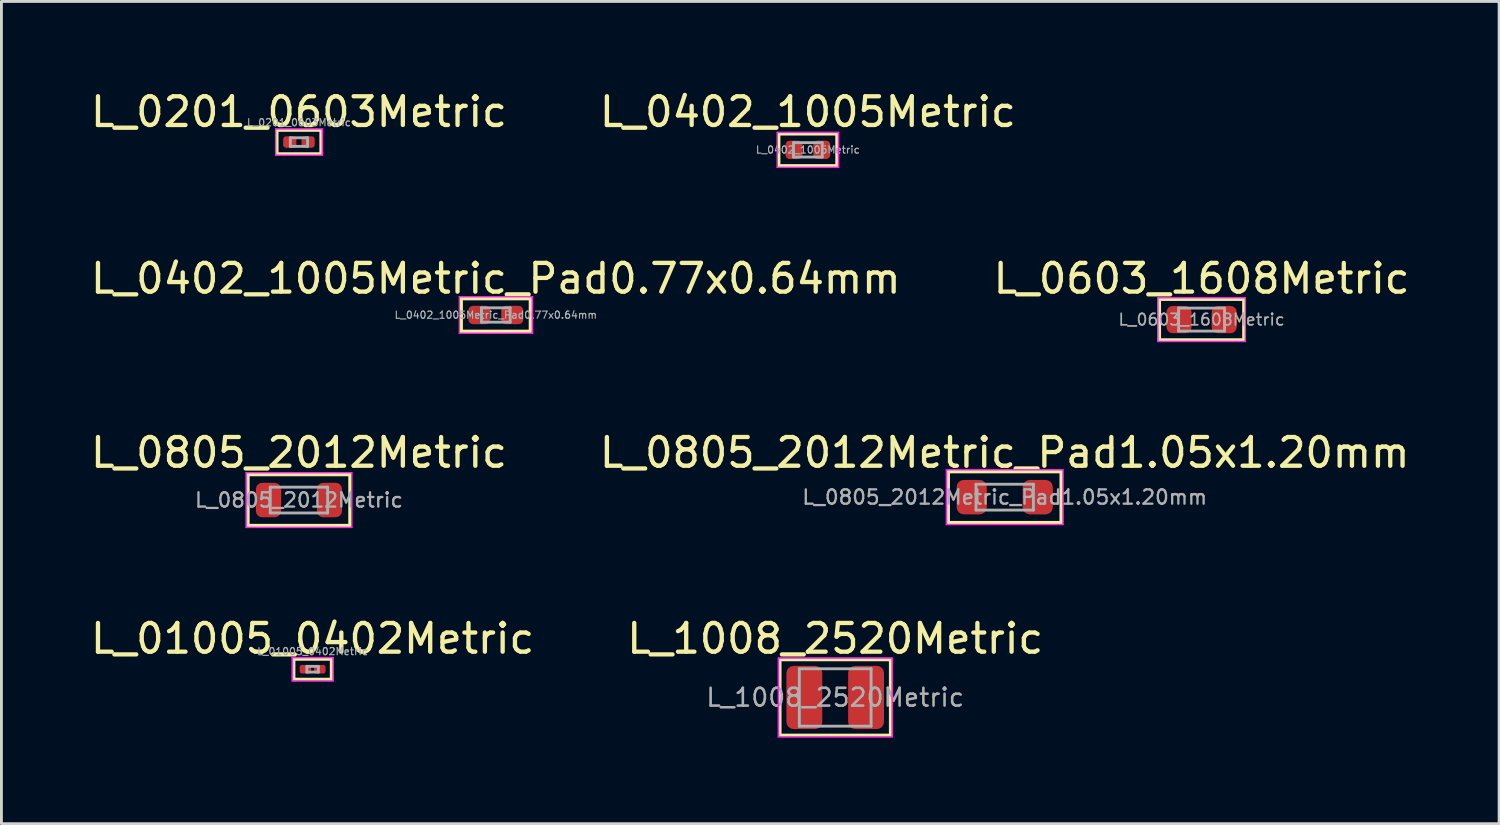
<source format=kicad_pcb>
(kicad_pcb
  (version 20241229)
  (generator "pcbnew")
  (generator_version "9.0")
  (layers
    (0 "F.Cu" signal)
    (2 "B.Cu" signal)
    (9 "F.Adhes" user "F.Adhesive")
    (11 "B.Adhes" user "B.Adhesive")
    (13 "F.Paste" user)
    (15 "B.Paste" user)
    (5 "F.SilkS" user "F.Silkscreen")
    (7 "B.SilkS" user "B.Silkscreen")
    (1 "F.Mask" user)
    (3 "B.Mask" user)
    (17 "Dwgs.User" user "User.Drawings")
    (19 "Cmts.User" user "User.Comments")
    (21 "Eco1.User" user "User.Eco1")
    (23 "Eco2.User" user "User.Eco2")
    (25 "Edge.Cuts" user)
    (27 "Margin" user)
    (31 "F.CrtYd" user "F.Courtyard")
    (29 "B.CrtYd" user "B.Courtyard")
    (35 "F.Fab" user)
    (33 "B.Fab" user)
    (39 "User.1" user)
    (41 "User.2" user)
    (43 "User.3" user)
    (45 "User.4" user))
  (footprint "L_0603_1608Metric"
    (layer "F.Cu")
    (at 38.804 8.082)
    (property "Reference" "L_0603_1608Metric" (at 0 -1.43 0) (layer "F.SilkS") (effects (font (size 1 1) (thickness 0.15))))
    (attr smd)
    (fp_line (start -1.473 -0.711) (end 1.473 -0.711) (stroke (width 0.12) (type solid)) (layer "F.SilkS"))
    (fp_line (start -1.473 0.711) (end -1.473 -0.711) (stroke (width 0.12) (type solid)) (layer "F.SilkS"))
    (fp_line (start 1.473 -0.711) (end 1.473 0.711) (stroke (width 0.12) (type solid)) (layer "F.SilkS"))
    (fp_line (start 1.473 0.711) (end -1.473 0.711) (stroke (width 0.12) (type solid)) (layer "F.SilkS"))
    (fp_line (start -1.524 -0.762) (end 1.524 -0.762) (stroke (width 0.05) (type solid)) (layer "F.CrtYd"))
    (fp_line (start -1.524 0.762) (end -1.524 -0.762) (stroke (width 0.05) (type solid)) (layer "F.CrtYd"))
    (fp_line (start 1.524 -0.762) (end 1.524 0.762) (stroke (width 0.05) (type solid)) (layer "F.CrtYd"))
    (fp_line (start 1.524 0.762) (end -1.524 0.762) (stroke (width 0.05) (type solid)) (layer "F.CrtYd"))
    (fp_line (start -0.8 -0.4) (end 0.8 -0.4) (stroke (width 0.1) (type solid)) (layer "F.Fab"))
    (fp_line (start -0.8 0.4) (end -0.8 -0.4) (stroke (width 0.1) (type solid)) (layer "F.Fab"))
    (fp_line (start 0.8 -0.4) (end 0.8 0.4) (stroke (width 0.1) (type solid)) (layer "F.Fab"))
    (fp_line (start 0.8 0.4) (end -0.8 0.4) (stroke (width 0.1) (type solid)) (layer "F.Fab"))
    (fp_text user "${REFERENCE}" (at 0 0 0) (layer "F.Fab") (effects (font (size 0.4 0.4) (thickness 0.06))))
    (pad "1" smd roundrect (at -0.787 0) (size 0.875 0.95) (layers "F.Cu" "F.Mask" "F.Paste") (roundrect_rratio 0.25))
    (pad "2" smd roundrect (at 0.787 0) (size 0.875 0.95) (layers "F.Cu" "F.Mask" "F.Paste") (roundrect_rratio 0.25)))
  (footprint "L_0402_1005Metric_Pad0.77x0.64mm"
    (layer "F.Cu")
    (at 14.22 7.922)
    (property "Reference" "L_0402_1005Metric_Pad0.77x0.64mm" (at 0 -1.27 0) (layer "F.SilkS") (effects (font (size 1 1) (thickness 0.15))))
    (attr smd)
    (fp_line (start -1.206 -0.572) (end 1.206 -0.572) (stroke (width 0.12) (type solid)) (layer "F.SilkS"))
    (fp_line (start -1.206 0.572) (end -1.206 -0.572) (stroke (width 0.12) (type solid)) (layer "F.SilkS"))
    (fp_line (start 1.206 -0.572) (end 1.206 0.572) (stroke (width 0.12) (type solid)) (layer "F.SilkS"))
    (fp_line (start 1.206 0.572) (end -1.206 0.572) (stroke (width 0.12) (type solid)) (layer "F.SilkS"))
    (fp_line (start -1.27 -0.635) (end 1.27 -0.635) (stroke (width 0.05) (type solid)) (layer "F.CrtYd"))
    (fp_line (start -1.27 0.635) (end -1.27 -0.635) (stroke (width 0.05) (type solid)) (layer "F.CrtYd"))
    (fp_line (start 1.27 -0.635) (end 1.27 0.635) (stroke (width 0.05) (type solid)) (layer "F.CrtYd"))
    (fp_line (start 1.27 0.635) (end -1.27 0.635) (stroke (width 0.05) (type solid)) (layer "F.CrtYd"))
    (fp_line (start -0.5 -0.25) (end 0.5 -0.25) (stroke (width 0.1) (type solid)) (layer "F.Fab"))
    (fp_line (start -0.5 0.25) (end -0.5 -0.25) (stroke (width 0.1) (type solid)) (layer "F.Fab"))
    (fp_line (start 0.5 -0.25) (end 0.5 0.25) (stroke (width 0.1) (type solid)) (layer "F.Fab"))
    (fp_line (start 0.5 0.25) (end -0.5 0.25) (stroke (width 0.1) (type solid)) (layer "F.Fab"))
    (fp_text user "${REFERENCE}" (at 0 0 0) (layer "F.Fab") (effects (font (size 0.25 0.25) (thickness 0.04))))
    (pad "1" smd roundrect (at -0.573 0) (size 0.765 0.64) (layers "F.Cu" "F.Mask" "F.Paste") (roundrect_rratio 0.25))
    (pad "2" smd roundrect (at 0.573 0) (size 0.765 0.64) (layers "F.Cu" "F.Mask" "F.Paste") (roundrect_rratio 0.25)))
  (footprint "L_0402_1005Metric"
    (layer "F.Cu")
    (at 25.089 2.169)
    (property "Reference" "L_0402_1005Metric" (at 0 -1.321 0) (layer "F.SilkS") (effects (font (size 1 1) (thickness 0.15))))
    (attr smd)
    (fp_line (start -1.016 -0.559) (end 1.016 -0.559) (stroke (width 0.12) (type solid)) (layer "F.SilkS"))
    (fp_line (start -1.016 0.559) (end -1.016 -0.559) (stroke (width 0.12) (type solid)) (layer "F.SilkS"))
    (fp_line (start 1.016 -0.559) (end 1.016 0.559) (stroke (width 0.12) (type solid)) (layer "F.SilkS"))
    (fp_line (start 1.016 0.559) (end -1.016 0.559) (stroke (width 0.12) (type solid)) (layer "F.SilkS"))
    (fp_line (start -1.067 -0.61) (end 1.067 -0.61) (stroke (width 0.05) (type solid)) (layer "F.CrtYd"))
    (fp_line (start -1.067 0.61) (end -1.067 -0.61) (stroke (width 0.05) (type solid)) (layer "F.CrtYd"))
    (fp_line (start 1.067 -0.61) (end 1.067 0.61) (stroke (width 0.05) (type solid)) (layer "F.CrtYd"))
    (fp_line (start 1.067 0.61) (end -1.067 0.61) (stroke (width 0.05) (type solid)) (layer "F.CrtYd"))
    (fp_line (start -0.5 -0.25) (end 0.5 -0.25) (stroke (width 0.1) (type solid)) (layer "F.Fab"))
    (fp_line (start -0.5 0.25) (end -0.5 -0.25) (stroke (width 0.1) (type solid)) (layer "F.Fab"))
    (fp_line (start 0.5 -0.25) (end 0.5 0.25) (stroke (width 0.1) (type solid)) (layer "F.Fab"))
    (fp_line (start 0.5 0.25) (end -0.5 0.25) (stroke (width 0.1) (type solid)) (layer "F.Fab"))
    (fp_text user "${REFERENCE}" (at 0 0 0) (layer "F.Fab") (effects (font (size 0.25 0.25) (thickness 0.04))))
    (pad "1" smd roundrect (at -0.485 0) (size 0.59 0.64) (layers "F.Cu" "F.Mask" "F.Paste") (roundrect_rratio 0.25))
    (pad "2" smd roundrect (at 0.485 0) (size 0.59 0.64) (layers "F.Cu" "F.Mask" "F.Paste") (roundrect_rratio 0.25)))
  (footprint "L_0805_2012Metric_Pad1.05x1.20mm"
    (layer "F.Cu")
    (at 31.946 14.267)
    (property "Reference" "L_0805_2012Metric_Pad1.05x1.20mm" (at 0 -1.55 0) (layer "F.SilkS") (effects (font (size 1 1) (thickness 0.15))))
    (attr smd)
    (fp_line (start -1.968 -0.889) (end 1.968 -0.889) (stroke (width 0.12) (type solid)) (layer "F.SilkS"))
    (fp_line (start -1.968 0.889) (end -1.968 -0.889) (stroke (width 0.12) (type solid)) (layer "F.SilkS"))
    (fp_line (start 1.968 -0.889) (end 1.968 0.889) (stroke (width 0.12) (type solid)) (layer "F.SilkS"))
    (fp_line (start 1.968 0.889) (end -1.968 0.889) (stroke (width 0.12) (type solid)) (layer "F.SilkS"))
    (fp_line (start -2.032 -0.953) (end 2.032 -0.953) (stroke (width 0.05) (type solid)) (layer "F.CrtYd"))
    (fp_line (start -2.032 0.953) (end -2.032 -0.953) (stroke (width 0.05) (type solid)) (layer "F.CrtYd"))
    (fp_line (start 2.032 -0.953) (end 2.032 0.953) (stroke (width 0.05) (type solid)) (layer "F.CrtYd"))
    (fp_line (start 2.032 0.953) (end -2.032 0.953) (stroke (width 0.05) (type solid)) (layer "F.CrtYd"))
    (fp_line (start -1 -0.45) (end 1 -0.45) (stroke (width 0.1) (type solid)) (layer "F.Fab"))
    (fp_line (start -1 0.45) (end -1 -0.45) (stroke (width 0.1) (type solid)) (layer "F.Fab"))
    (fp_line (start 1 -0.45) (end 1 0.45) (stroke (width 0.1) (type solid)) (layer "F.Fab"))
    (fp_line (start 1 0.45) (end -1 0.45) (stroke (width 0.1) (type solid)) (layer "F.Fab"))
    (fp_text user "${REFERENCE}" (at 0 0 0) (layer "F.Fab") (effects (font (size 0.5 0.5) (thickness 0.08))))
    (pad "1" smd roundrect (at -1.15 0) (size 1.05 1.2) (layers "F.Cu" "F.Mask" "F.Paste") (roundrect_rratio 0.238))
    (pad "2" smd roundrect (at 1.15 0) (size 1.05 1.2) (layers "F.Cu" "F.Mask" "F.Paste") (roundrect_rratio 0.238)))
  (footprint "L_0805_2012Metric"
    (layer "F.Cu")
    (at 7.363 14.368)
    (property "Reference" "L_0805_2012Metric" (at 0 -1.651 0) (layer "F.SilkS") (effects (font (size 1 1) (thickness 0.15))))
    (attr smd)
    (fp_line (start -1.778 -0.889) (end 1.778 -0.889) (stroke (width 0.12) (type solid)) (layer "F.SilkS"))
    (fp_line (start -1.778 0.889) (end -1.778 -0.889) (stroke (width 0.12) (type solid)) (layer "F.SilkS"))
    (fp_line (start 1.778 -0.889) (end 1.778 0.889) (stroke (width 0.12) (type solid)) (layer "F.SilkS"))
    (fp_line (start 1.778 0.889) (end -1.778 0.889) (stroke (width 0.12) (type solid)) (layer "F.SilkS"))
    (fp_line (start -1.841 -0.953) (end 1.841 -0.953) (stroke (width 0.05) (type solid)) (layer "F.CrtYd"))
    (fp_line (start -1.841 0.953) (end -1.841 -0.953) (stroke (width 0.05) (type solid)) (layer "F.CrtYd"))
    (fp_line (start 1.841 -0.953) (end 1.841 0.953) (stroke (width 0.05) (type solid)) (layer "F.CrtYd"))
    (fp_line (start 1.841 0.953) (end -1.841 0.953) (stroke (width 0.05) (type solid)) (layer "F.CrtYd"))
    (fp_line (start -1 -0.45) (end 1 -0.45) (stroke (width 0.1) (type solid)) (layer "F.Fab"))
    (fp_line (start -1 0.45) (end -1 -0.45) (stroke (width 0.1) (type solid)) (layer "F.Fab"))
    (fp_line (start 1 -0.45) (end 1 0.45) (stroke (width 0.1) (type solid)) (layer "F.Fab"))
    (fp_line (start 1 0.45) (end -1 0.45) (stroke (width 0.1) (type solid)) (layer "F.Fab"))
    (fp_text user "${REFERENCE}" (at 0 0 0) (layer "F.Fab") (effects (font (size 0.5 0.5) (thickness 0.08))))
    (pad "1" smd roundrect (at -1.062 0) (size 0.875 1.2) (layers "F.Cu" "F.Mask" "F.Paste") (roundrect_rratio 0.25))
    (pad "2" smd roundrect (at 1.062 0) (size 0.875 1.2) (layers "F.Cu" "F.Mask" "F.Paste") (roundrect_rratio 0.25)))
  (footprint "L_01005_0402Metric"
    (layer "F.Cu")
    (at 7.839 20.261)
    (property "Reference" "L_01005_0402Metric" (at 0 -1.067 0) (layer "F.SilkS") (effects (font (size 1 1) (thickness 0.15))))
    (attr smd)
    (fp_line (start -0.66 -0.356) (end 0.66 -0.356) (stroke (width 0.12) (type solid)) (layer "F.SilkS"))
    (fp_line (start -0.66 0.356) (end -0.66 -0.356) (stroke (width 0.12) (type solid)) (layer "F.SilkS"))
    (fp_line (start 0.66 -0.356) (end 0.66 0.356) (stroke (width 0.12) (type solid)) (layer "F.SilkS"))
    (fp_line (start 0.66 0.356) (end -0.66 0.356) (stroke (width 0.12) (type solid)) (layer "F.SilkS"))
    (fp_line (start -0.711 -0.406) (end 0.711 -0.406) (stroke (width 0.05) (type solid)) (layer "F.CrtYd"))
    (fp_line (start -0.711 0.406) (end -0.711 -0.406) (stroke (width 0.05) (type solid)) (layer "F.CrtYd"))
    (fp_line (start 0.711 -0.406) (end 0.711 0.406) (stroke (width 0.05) (type solid)) (layer "F.CrtYd"))
    (fp_line (start 0.711 0.406) (end -0.711 0.406) (stroke (width 0.05) (type solid)) (layer "F.CrtYd"))
    (fp_line (start -0.2 -0.1) (end 0.2 -0.1) (stroke (width 0.1) (type solid)) (layer "F.Fab"))
    (fp_line (start -0.2 0.1) (end -0.2 -0.1) (stroke (width 0.1) (type solid)) (layer "F.Fab"))
    (fp_line (start 0.2 -0.1) (end 0.2 0.1) (stroke (width 0.1) (type solid)) (layer "F.Fab"))
    (fp_line (start 0.2 0.1) (end -0.2 0.1) (stroke (width 0.1) (type solid)) (layer "F.Fab"))
    (fp_text user "${REFERENCE}" (at 0 -0.62 0) (layer "F.Fab") (effects (font (size 0.25 0.25) (thickness 0.04))))
    (pad "" smd roundrect (at -0.275 0) (size 0.27 0.27) (layers "F.Paste") (roundrect_rratio 0.25))
    (pad "" smd roundrect (at 0.275 0) (size 0.27 0.27) (layers "F.Paste") (roundrect_rratio 0.25))
    (pad "1" smd roundrect (at -0.25 0) (size 0.4 0.3) (layers "F.Cu" "F.Mask") (roundrect_rratio 0.25))
    (pad "2" smd roundrect (at 0.25 0) (size 0.4 0.3) (layers "F.Cu" "F.Mask") (roundrect_rratio 0.25)))
  (footprint "L_1008_2520Metric"
    (layer "F.Cu")
    (at 26.042 21.244)
    (property "Reference" "L_1008_2520Metric" (at 0 -2.05 0) (layer "F.SilkS") (effects (font (size 1 1) (thickness 0.15))))
    (attr smd)
    (fp_line (start -1.93 -1.321) (end 1.93 -1.321) (stroke (width 0.12) (type solid)) (layer "F.SilkS"))
    (fp_line (start -1.93 1.321) (end -1.93 -1.321) (stroke (width 0.12) (type solid)) (layer "F.SilkS"))
    (fp_line (start 1.93 -1.321) (end 1.93 1.321) (stroke (width 0.12) (type solid)) (layer "F.SilkS"))
    (fp_line (start 1.93 1.321) (end -1.93 1.321) (stroke (width 0.12) (type solid)) (layer "F.SilkS"))
    (fp_line (start -1.981 -1.372) (end 1.981 -1.372) (stroke (width 0.05) (type solid)) (layer "F.CrtYd"))
    (fp_line (start -1.981 1.372) (end -1.981 -1.372) (stroke (width 0.05) (type solid)) (layer "F.CrtYd"))
    (fp_line (start 1.981 -1.372) (end 1.981 1.372) (stroke (width 0.05) (type solid)) (layer "F.CrtYd"))
    (fp_line (start 1.981 1.372) (end -1.981 1.372) (stroke (width 0.05) (type solid)) (layer "F.CrtYd"))
    (fp_line (start -1.25 -1) (end 1.25 -1) (stroke (width 0.1) (type solid)) (layer "F.Fab"))
    (fp_line (start -1.25 1) (end -1.25 -1) (stroke (width 0.1) (type solid)) (layer "F.Fab"))
    (fp_line (start 1.25 -1) (end 1.25 1) (stroke (width 0.1) (type solid)) (layer "F.Fab"))
    (fp_line (start 1.25 1) (end -1.25 1) (stroke (width 0.1) (type solid)) (layer "F.Fab"))
    (fp_text user "${REFERENCE}" (at 0 0 0) (layer "F.Fab") (effects (font (size 0.62 0.62) (thickness 0.09))))
    (pad "1" smd roundrect (at -1.075 0) (size 1.25 2.2) (layers "F.Cu" "F.Mask" "F.Paste") (roundrect_rratio 0.2))
    (pad "2" smd roundrect (at 1.075 0) (size 1.25 2.2) (layers "F.Cu" "F.Mask" "F.Paste") (roundrect_rratio 0.2)))
  (footprint "L_0201_0603Metric"
    (layer "F.Cu")
    (at 7.363 1.898)
    (property "Reference" "L_0201_0603Metric" (at 0 -1.05 0) (layer "F.SilkS") (effects (font (size 1 1) (thickness 0.15))))
    (attr smd)
    (fp_line (start -0.762 -0.406) (end -0.762 0.406) (stroke (width 0.1) (type solid)) (layer "F.SilkS"))
    (fp_line (start -0.762 0.406) (end 0.762 0.406) (stroke (width 0.1) (type solid)) (layer "F.SilkS"))
    (fp_line (start 0.762 -0.406) (end -0.762 -0.406) (stroke (width 0.1) (type solid)) (layer "F.SilkS"))
    (fp_line (start 0.762 0.406) (end 0.762 -0.406) (stroke (width 0.1) (type solid)) (layer "F.SilkS"))
    (fp_line (start -0.813 -0.457) (end 0.813 -0.457) (stroke (width 0.05) (type solid)) (layer "F.CrtYd"))
    (fp_line (start -0.813 0.457) (end -0.813 -0.457) (stroke (width 0.05) (type solid)) (layer "F.CrtYd"))
    (fp_line (start 0.813 -0.457) (end 0.813 0.457) (stroke (width 0.05) (type solid)) (layer "F.CrtYd"))
    (fp_line (start 0.813 0.457) (end -0.813 0.457) (stroke (width 0.05) (type solid)) (layer "F.CrtYd"))
    (fp_line (start -0.3 -0.15) (end 0.3 -0.15) (stroke (width 0.1) (type solid)) (layer "F.Fab"))
    (fp_line (start -0.3 0.15) (end -0.3 -0.15) (stroke (width 0.1) (type solid)) (layer "F.Fab"))
    (fp_line (start 0.3 -0.15) (end 0.3 0.15) (stroke (width 0.1) (type solid)) (layer "F.Fab"))
    (fp_line (start 0.3 0.15) (end -0.3 0.15) (stroke (width 0.1) (type solid)) (layer "F.Fab"))
    (fp_text user "${REFERENCE}" (at 0 -0.68 0) (layer "F.Fab") (effects (font (size 0.25 0.25) (thickness 0.04))))
    (pad "" smd roundrect (at -0.345 0) (size 0.318 0.36) (layers "F.Paste") (roundrect_rratio 0.25))
    (pad "" smd roundrect (at 0.345 0) (size 0.318 0.36) (layers "F.Paste") (roundrect_rratio 0.25))
    (pad "1" smd roundrect (at -0.32 0) (size 0.46 0.4) (layers "F.Cu" "F.Mask") (roundrect_rratio 0.25))
    (pad "2" smd roundrect (at 0.32 0) (size 0.46 0.4) (layers "F.Cu" "F.Mask") (roundrect_rratio 0.25)))
  (gr_rect
    (start -3 -3)
    (end 49.167 25.64)
    (stroke (width 0.1) (type default))
    (fill no)
    (layer "Edge.Cuts")))
</source>
